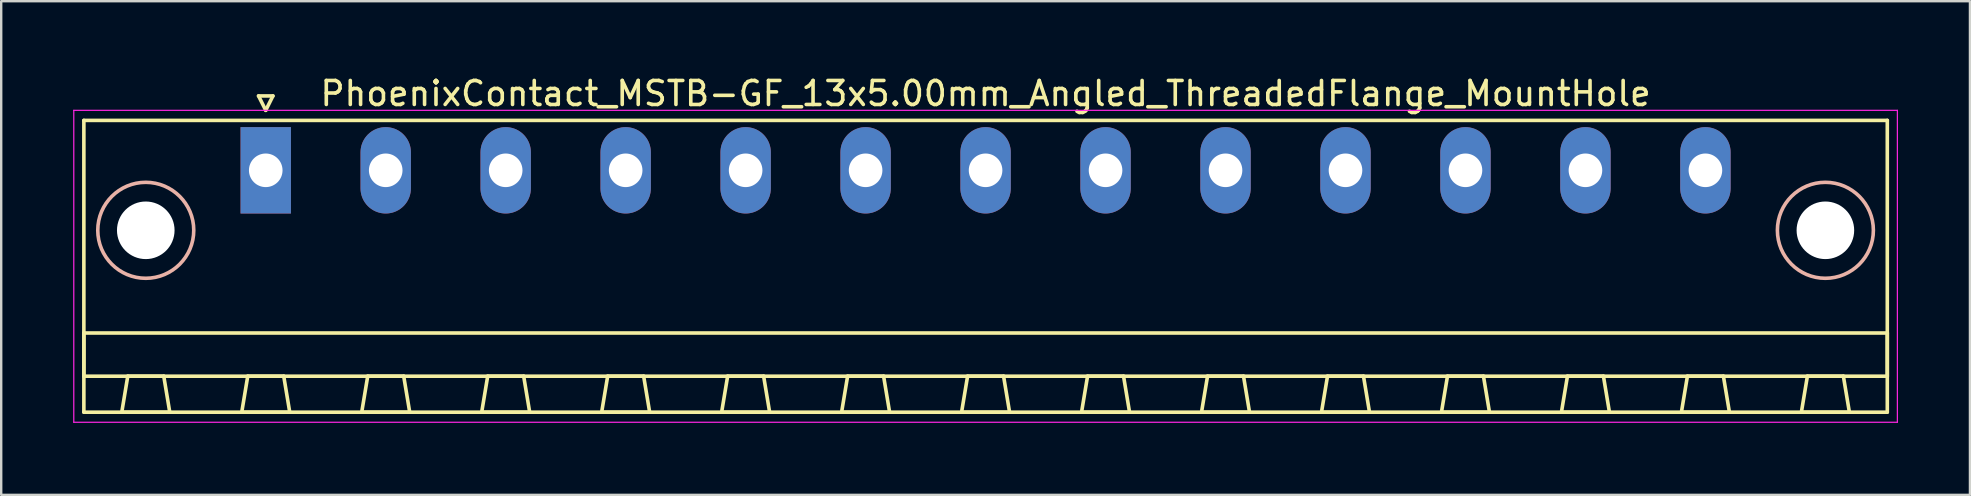
<source format=kicad_pcb>
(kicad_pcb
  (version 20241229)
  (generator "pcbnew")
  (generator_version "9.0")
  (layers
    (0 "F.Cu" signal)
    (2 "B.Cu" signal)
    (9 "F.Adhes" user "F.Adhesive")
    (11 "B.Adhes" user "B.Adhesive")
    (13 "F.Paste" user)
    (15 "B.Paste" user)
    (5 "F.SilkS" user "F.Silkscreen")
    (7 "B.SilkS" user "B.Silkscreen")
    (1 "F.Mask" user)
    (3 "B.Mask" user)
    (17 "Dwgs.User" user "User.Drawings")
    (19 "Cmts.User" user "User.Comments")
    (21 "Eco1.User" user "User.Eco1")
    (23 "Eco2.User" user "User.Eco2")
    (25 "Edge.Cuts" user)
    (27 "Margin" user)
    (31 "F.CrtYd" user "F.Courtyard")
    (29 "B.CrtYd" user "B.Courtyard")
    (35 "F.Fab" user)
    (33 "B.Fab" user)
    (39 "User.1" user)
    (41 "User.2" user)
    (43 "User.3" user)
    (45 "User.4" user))
  (footprint "PhoenixContact_MSTB-GF_13x5.00mm_Angled_ThreadedFlange_MountHole"
    (layer "F.Cu")
    (at 8.025 4.048)
    (property "Reference" "PhoenixContact_MSTB-GF_13x5.00mm_Angled_ThreadedFlange_MountHole" (at 30 -3.2 0) (layer "F.SilkS") (effects (font (size 1 1) (thickness 0.15))))
    (attr through_hole)
    (fp_line (start -7.58 -2.08) (end -7.58 10.08) (stroke (width 0.15) (type solid)) (layer "F.SilkS"))
    (fp_line (start -7.58 6.78) (end 67.58 6.78) (stroke (width 0.15) (type solid)) (layer "F.SilkS"))
    (fp_line (start -7.58 8.58) (end -7.58 6.78) (stroke (width 0.15) (type solid)) (layer "F.SilkS"))
    (fp_line (start -7.58 10.08) (end 67.58 10.08) (stroke (width 0.15) (type solid)) (layer "F.SilkS"))
    (fp_line (start -6 10.08) (end -4 10.08) (stroke (width 0.15) (type solid)) (layer "F.SilkS"))
    (fp_line (start -5.75 8.58) (end -6 10.08) (stroke (width 0.15) (type solid)) (layer "F.SilkS"))
    (fp_line (start -4.25 8.58) (end -5.75 8.58) (stroke (width 0.15) (type solid)) (layer "F.SilkS"))
    (fp_line (start -4 10.08) (end -4.25 8.58) (stroke (width 0.15) (type solid)) (layer "F.SilkS"))
    (fp_line (start -1 10.08) (end 1 10.08) (stroke (width 0.15) (type solid)) (layer "F.SilkS"))
    (fp_line (start -0.75 8.58) (end -1 10.08) (stroke (width 0.15) (type solid)) (layer "F.SilkS"))
    (fp_line (start -0.3 -3.1) (end 0 -2.5) (stroke (width 0.15) (type solid)) (layer "F.SilkS"))
    (fp_line (start 0 -2.5) (end 0.3 -3.1) (stroke (width 0.15) (type solid)) (layer "F.SilkS"))
    (fp_line (start 0.3 -3.1) (end -0.3 -3.1) (stroke (width 0.15) (type solid)) (layer "F.SilkS"))
    (fp_line (start 0.75 8.58) (end -0.75 8.58) (stroke (width 0.15) (type solid)) (layer "F.SilkS"))
    (fp_line (start 1 10.08) (end 0.75 8.58) (stroke (width 0.15) (type solid)) (layer "F.SilkS"))
    (fp_line (start 4 10.08) (end 6 10.08) (stroke (width 0.15) (type solid)) (layer "F.SilkS"))
    (fp_line (start 4.25 8.58) (end 4 10.08) (stroke (width 0.15) (type solid)) (layer "F.SilkS"))
    (fp_line (start 5.75 8.58) (end 4.25 8.58) (stroke (width 0.15) (type solid)) (layer "F.SilkS"))
    (fp_line (start 6 10.08) (end 5.75 8.58) (stroke (width 0.15) (type solid)) (layer "F.SilkS"))
    (fp_line (start 9 10.08) (end 11 10.08) (stroke (width 0.15) (type solid)) (layer "F.SilkS"))
    (fp_line (start 9.25 8.58) (end 9 10.08) (stroke (width 0.15) (type solid)) (layer "F.SilkS"))
    (fp_line (start 10.75 8.58) (end 9.25 8.58) (stroke (width 0.15) (type solid)) (layer "F.SilkS"))
    (fp_line (start 11 10.08) (end 10.75 8.58) (stroke (width 0.15) (type solid)) (layer "F.SilkS"))
    (fp_line (start 14 10.08) (end 16 10.08) (stroke (width 0.15) (type solid)) (layer "F.SilkS"))
    (fp_line (start 14.25 8.58) (end 14 10.08) (stroke (width 0.15) (type solid)) (layer "F.SilkS"))
    (fp_line (start 15.75 8.58) (end 14.25 8.58) (stroke (width 0.15) (type solid)) (layer "F.SilkS"))
    (fp_line (start 16 10.08) (end 15.75 8.58) (stroke (width 0.15) (type solid)) (layer "F.SilkS"))
    (fp_line (start 19 10.08) (end 21 10.08) (stroke (width 0.15) (type solid)) (layer "F.SilkS"))
    (fp_line (start 19.25 8.58) (end 19 10.08) (stroke (width 0.15) (type solid)) (layer "F.SilkS"))
    (fp_line (start 20.75 8.58) (end 19.25 8.58) (stroke (width 0.15) (type solid)) (layer "F.SilkS"))
    (fp_line (start 21 10.08) (end 20.75 8.58) (stroke (width 0.15) (type solid)) (layer "F.SilkS"))
    (fp_line (start 24 10.08) (end 26 10.08) (stroke (width 0.15) (type solid)) (layer "F.SilkS"))
    (fp_line (start 24.25 8.58) (end 24 10.08) (stroke (width 0.15) (type solid)) (layer "F.SilkS"))
    (fp_line (start 25.75 8.58) (end 24.25 8.58) (stroke (width 0.15) (type solid)) (layer "F.SilkS"))
    (fp_line (start 26 10.08) (end 25.75 8.58) (stroke (width 0.15) (type solid)) (layer "F.SilkS"))
    (fp_line (start 29 10.08) (end 31 10.08) (stroke (width 0.15) (type solid)) (layer "F.SilkS"))
    (fp_line (start 29.25 8.58) (end 29 10.08) (stroke (width 0.15) (type solid)) (layer "F.SilkS"))
    (fp_line (start 30.75 8.58) (end 29.25 8.58) (stroke (width 0.15) (type solid)) (layer "F.SilkS"))
    (fp_line (start 31 10.08) (end 30.75 8.58) (stroke (width 0.15) (type solid)) (layer "F.SilkS"))
    (fp_line (start 34 10.08) (end 36 10.08) (stroke (width 0.15) (type solid)) (layer "F.SilkS"))
    (fp_line (start 34.25 8.58) (end 34 10.08) (stroke (width 0.15) (type solid)) (layer "F.SilkS"))
    (fp_line (start 35.75 8.58) (end 34.25 8.58) (stroke (width 0.15) (type solid)) (layer "F.SilkS"))
    (fp_line (start 36 10.08) (end 35.75 8.58) (stroke (width 0.15) (type solid)) (layer "F.SilkS"))
    (fp_line (start 39 10.08) (end 41 10.08) (stroke (width 0.15) (type solid)) (layer "F.SilkS"))
    (fp_line (start 39.25 8.58) (end 39 10.08) (stroke (width 0.15) (type solid)) (layer "F.SilkS"))
    (fp_line (start 40.75 8.58) (end 39.25 8.58) (stroke (width 0.15) (type solid)) (layer "F.SilkS"))
    (fp_line (start 41 10.08) (end 40.75 8.58) (stroke (width 0.15) (type solid)) (layer "F.SilkS"))
    (fp_line (start 44 10.08) (end 46 10.08) (stroke (width 0.15) (type solid)) (layer "F.SilkS"))
    (fp_line (start 44.25 8.58) (end 44 10.08) (stroke (width 0.15) (type solid)) (layer "F.SilkS"))
    (fp_line (start 45.75 8.58) (end 44.25 8.58) (stroke (width 0.15) (type solid)) (layer "F.SilkS"))
    (fp_line (start 46 10.08) (end 45.75 8.58) (stroke (width 0.15) (type solid)) (layer "F.SilkS"))
    (fp_line (start 49 10.08) (end 51 10.08) (stroke (width 0.15) (type solid)) (layer "F.SilkS"))
    (fp_line (start 49.25 8.58) (end 49 10.08) (stroke (width 0.15) (type solid)) (layer "F.SilkS"))
    (fp_line (start 50.75 8.58) (end 49.25 8.58) (stroke (width 0.15) (type solid)) (layer "F.SilkS"))
    (fp_line (start 51 10.08) (end 50.75 8.58) (stroke (width 0.15) (type solid)) (layer "F.SilkS"))
    (fp_line (start 54 10.08) (end 56 10.08) (stroke (width 0.15) (type solid)) (layer "F.SilkS"))
    (fp_line (start 54.25 8.58) (end 54 10.08) (stroke (width 0.15) (type solid)) (layer "F.SilkS"))
    (fp_line (start 55.75 8.58) (end 54.25 8.58) (stroke (width 0.15) (type solid)) (layer "F.SilkS"))
    (fp_line (start 56 10.08) (end 55.75 8.58) (stroke (width 0.15) (type solid)) (layer "F.SilkS"))
    (fp_line (start 59 10.08) (end 61 10.08) (stroke (width 0.15) (type solid)) (layer "F.SilkS"))
    (fp_line (start 59.25 8.58) (end 59 10.08) (stroke (width 0.15) (type solid)) (layer "F.SilkS"))
    (fp_line (start 60.75 8.58) (end 59.25 8.58) (stroke (width 0.15) (type solid)) (layer "F.SilkS"))
    (fp_line (start 61 10.08) (end 60.75 8.58) (stroke (width 0.15) (type solid)) (layer "F.SilkS"))
    (fp_line (start 64 10.08) (end 66 10.08) (stroke (width 0.15) (type solid)) (layer "F.SilkS"))
    (fp_line (start 64.25 8.58) (end 64 10.08) (stroke (width 0.15) (type solid)) (layer "F.SilkS"))
    (fp_line (start 65.75 8.58) (end 64.25 8.58) (stroke (width 0.15) (type solid)) (layer "F.SilkS"))
    (fp_line (start 66 10.08) (end 65.75 8.58) (stroke (width 0.15) (type solid)) (layer "F.SilkS"))
    (fp_line (start 67.58 -2.08) (end -7.58 -2.08) (stroke (width 0.15) (type solid)) (layer "F.SilkS"))
    (fp_line (start 67.58 6.78) (end 67.58 8.58) (stroke (width 0.15) (type solid)) (layer "F.SilkS"))
    (fp_line (start 67.58 8.58) (end -7.58 8.58) (stroke (width 0.15) (type solid)) (layer "F.SilkS"))
    (fp_line (start 67.58 10.08) (end 67.58 -2.08) (stroke (width 0.15) (type solid)) (layer "F.SilkS"))
    (fp_circle (center -5 2.5) (end -3 2.5) (stroke (width 0.15) (type solid)) (fill no) (layer "B.SilkS"))
    (fp_circle (center 65 2.5) (end 67 2.5) (stroke (width 0.15) (type solid)) (fill no) (layer "B.SilkS"))
    (fp_line (start -8 -2.5) (end -8 10.5) (stroke (width 0.05) (type solid)) (layer "F.CrtYd"))
    (fp_line (start -8 10.5) (end 68 10.5) (stroke (width 0.05) (type solid)) (layer "F.CrtYd"))
    (fp_line (start 68 -2.5) (end -8 -2.5) (stroke (width 0.05) (type solid)) (layer "F.CrtYd"))
    (fp_line (start 68 10.5) (end 68 -2.5) (stroke (width 0.05) (type solid)) (layer "F.CrtYd"))
    (pad "" np_thru_hole circle (at -5 2.5) (size 2.4 2.4) (drill 2.4) (layers "*.Cu" "*.Mask"))
    (pad "" np_thru_hole circle (at 65 2.5) (size 2.4 2.4) (drill 2.4) (layers "*.Cu" "*.Mask"))
    (pad "1" thru_hole rect (at 0 0) (size 2.1 3.6) (drill 1.4) (layers "*.Cu" "*.Mask"))
    (pad "2" thru_hole oval (at 5 0) (size 2.1 3.6) (drill 1.4) (layers "*.Cu" "*.Mask"))
    (pad "3" thru_hole oval (at 10 0) (size 2.1 3.6) (drill 1.4) (layers "*.Cu" "*.Mask"))
    (pad "4" thru_hole oval (at 15 0) (size 2.1 3.6) (drill 1.4) (layers "*.Cu" "*.Mask"))
    (pad "5" thru_hole oval (at 20 0) (size 2.1 3.6) (drill 1.4) (layers "*.Cu" "*.Mask"))
    (pad "6" thru_hole oval (at 25 0) (size 2.1 3.6) (drill 1.4) (layers "*.Cu" "*.Mask"))
    (pad "7" thru_hole oval (at 30 0) (size 2.1 3.6) (drill 1.4) (layers "*.Cu" "*.Mask"))
    (pad "8" thru_hole oval (at 35 0) (size 2.1 3.6) (drill 1.4) (layers "*.Cu" "*.Mask"))
    (pad "9" thru_hole oval (at 40 0) (size 2.1 3.6) (drill 1.4) (layers "*.Cu" "*.Mask"))
    (pad "10" thru_hole oval (at 45 0) (size 2.1 3.6) (drill 1.4) (layers "*.Cu" "*.Mask"))
    (pad "11" thru_hole oval (at 50 0) (size 2.1 3.6) (drill 1.4) (layers "*.Cu" "*.Mask"))
    (pad "12" thru_hole oval (at 55 0) (size 2.1 3.6) (drill 1.4) (layers "*.Cu" "*.Mask"))
    (pad "13" thru_hole oval (at 60 0) (size 2.1 3.6) (drill 1.4) (layers "*.Cu" "*.Mask")))
  (gr_rect
    (start -3 -3)
    (end 79.05 17.573)
    (stroke (width 0.1) (type default))
    (fill no)
    (layer "Edge.Cuts")))
</source>
